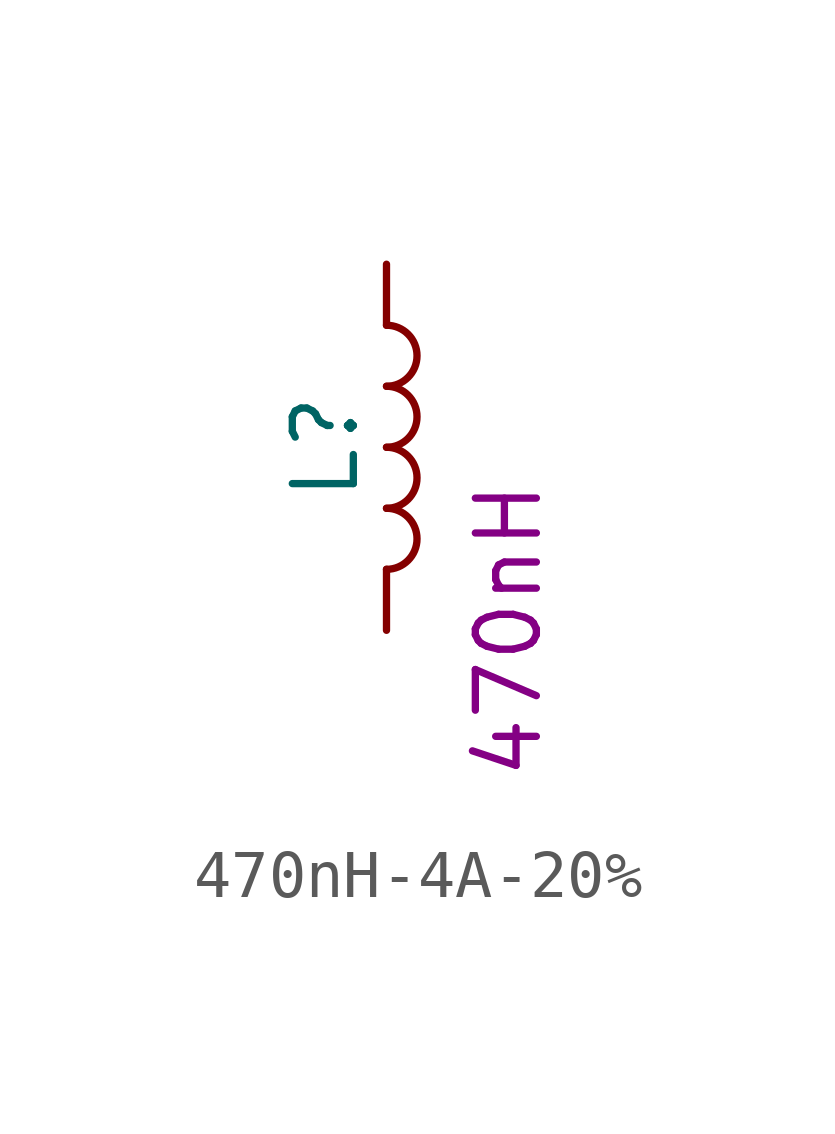
<source format=kicad_sym>
(kicad_symbol_lib
  (version 20211014)
  (generator kicad_symbol_editor)
  (symbol "470nH-4A-20%"
    (pin_numbers hide)
    (pin_names
      (offset 1.016) hide)
    (property "Reference" "L"
      (at -1.27 0 90)
      (effects (font (size 1.27 1.27))))
    (property "NumVal" "470nH"
      (at 2.54 -3.81 90)
      (effects (font (size 1.27 1.27))))
    (symbol "470nH-4A-20%_0_1"
      (arc (start 0 -2.54) (mid 0.635 -1.905) (end 0 -1.27) (stroke (width 0) (type default) (color 0 0 0 0)) (fill (type none)))
      (arc (start 0 -1.27) (mid 0.635 -0.635) (end 0 0) (stroke (width 0) (type default) (color 0 0 0 0)) (fill (type none)))
      (arc (start 0 0) (mid 0.635 0.635) (end 0 1.27) (stroke (width 0) (type default) (color 0 0 0 0)) (fill (type none)))
      (arc (start 0 1.27) (mid 0.635 1.905) (end 0 2.54) (stroke (width 0) (type default) (color 0 0 0 0)) (fill (type none))))
    (symbol "470nH-4A-20%_1_1"
      (pin passive line (at 0 3.81 270) (length 1.27) (name "1" (effects (font (size 1.27 1.27)))) (number "1" (effects (font (size 1.27 1.27)))))
      (pin passive line (at 0 -3.81 90) (length 1.27) (name "2" (effects (font (size 1.27 1.27)))) (number "2" (effects (font (size 1.27 1.27))))))))
</source>
